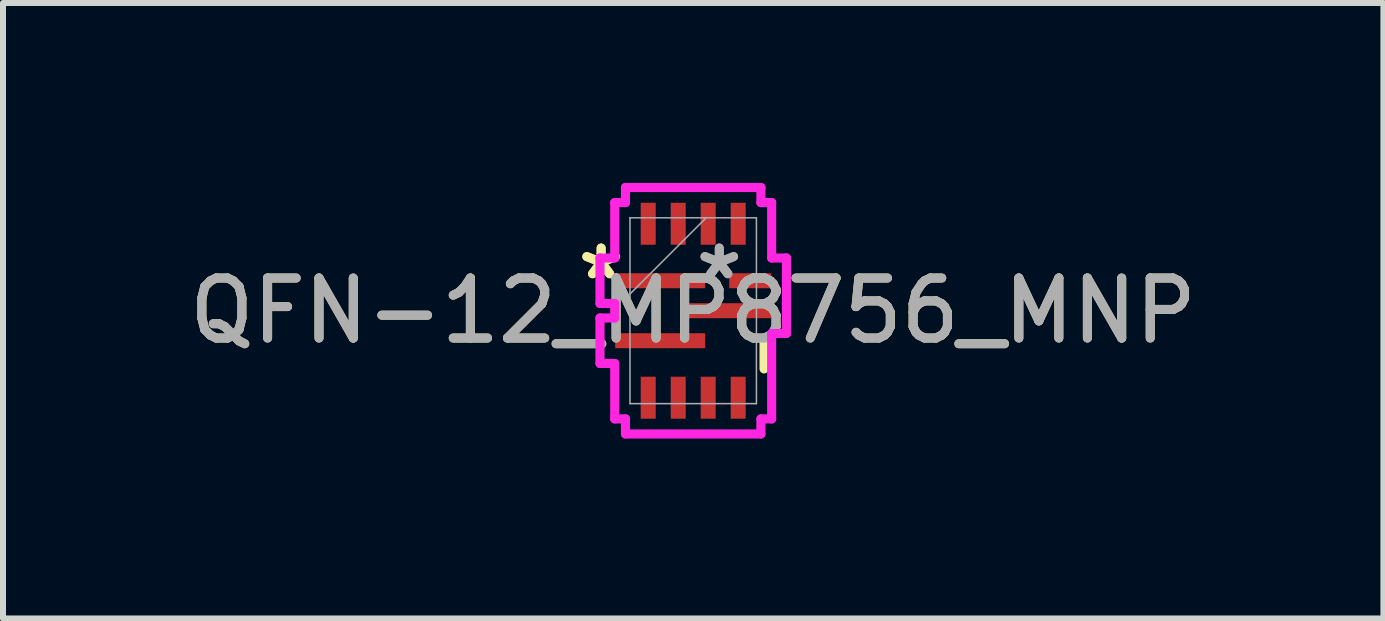
<source format=kicad_pcb>
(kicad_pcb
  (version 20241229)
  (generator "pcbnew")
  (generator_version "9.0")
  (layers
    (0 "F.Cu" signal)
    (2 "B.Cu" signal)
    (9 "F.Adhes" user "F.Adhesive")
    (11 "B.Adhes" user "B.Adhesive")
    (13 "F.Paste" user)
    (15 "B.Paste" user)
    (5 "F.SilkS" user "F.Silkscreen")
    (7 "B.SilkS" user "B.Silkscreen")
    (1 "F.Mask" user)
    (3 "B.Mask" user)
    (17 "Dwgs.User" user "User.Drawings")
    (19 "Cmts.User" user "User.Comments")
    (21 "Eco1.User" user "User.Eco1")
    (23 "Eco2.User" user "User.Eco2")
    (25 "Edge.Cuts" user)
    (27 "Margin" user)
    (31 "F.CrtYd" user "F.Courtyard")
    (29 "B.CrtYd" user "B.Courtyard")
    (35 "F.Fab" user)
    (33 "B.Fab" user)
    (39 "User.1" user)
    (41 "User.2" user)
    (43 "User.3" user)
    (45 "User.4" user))
  (footprint "QFN-12_MP8756_MNP"
    (layer "F.Cu")
    (at 8.506 2.13)
    (property "Reference" "QFN-12_MP8756_MNP" (at 0 0 0) (unlocked yes) (layer "F.SilkS") (effects (font (size 1 1) (thickness 0.15))))
    (attr smd)
    (fp_line (start 1.181 0.458) (end 1.181 0.97) (stroke (width 0.152) (type solid)) (layer "F.SilkS"))
    (fp_line (start -1.554 -0.879) (end -1.554 -0.121) (stroke (width 0.152) (type solid)) (layer "F.CrtYd"))
    (fp_line (start -1.554 -0.121) (end -1.308 -0.121) (stroke (width 0.152) (type solid)) (layer "F.CrtYd"))
    (fp_line (start -1.554 0.121) (end -1.554 0.879) (stroke (width 0.152) (type solid)) (layer "F.CrtYd"))
    (fp_line (start -1.554 0.879) (end -1.308 0.879) (stroke (width 0.152) (type solid)) (layer "F.CrtYd"))
    (fp_line (start -1.308 -1.803) (end -1.308 -0.879) (stroke (width 0.152) (type solid)) (layer "F.CrtYd"))
    (fp_line (start -1.308 -0.879) (end -1.554 -0.879) (stroke (width 0.152) (type solid)) (layer "F.CrtYd"))
    (fp_line (start -1.308 -0.121) (end -1.308 0.121) (stroke (width 0.152) (type solid)) (layer "F.CrtYd"))
    (fp_line (start -1.308 0.121) (end -1.554 0.121) (stroke (width 0.152) (type solid)) (layer "F.CrtYd"))
    (fp_line (start -1.308 0.879) (end -1.308 1.803) (stroke (width 0.152) (type solid)) (layer "F.CrtYd"))
    (fp_line (start -1.308 1.803) (end -1.129 1.803) (stroke (width 0.152) (type solid)) (layer "F.CrtYd"))
    (fp_line (start -1.129 -2.054) (end -1.129 -1.803) (stroke (width 0.152) (type solid)) (layer "F.CrtYd"))
    (fp_line (start -1.129 -1.803) (end -1.308 -1.803) (stroke (width 0.152) (type solid)) (layer "F.CrtYd"))
    (fp_line (start -1.129 1.803) (end -1.129 2.054) (stroke (width 0.152) (type solid)) (layer "F.CrtYd"))
    (fp_line (start -1.129 2.054) (end 1.129 2.054) (stroke (width 0.152) (type solid)) (layer "F.CrtYd"))
    (fp_line (start 1.129 -2.054) (end -1.129 -2.054) (stroke (width 0.152) (type solid)) (layer "F.CrtYd"))
    (fp_line (start 1.129 -1.803) (end 1.129 -2.054) (stroke (width 0.152) (type solid)) (layer "F.CrtYd"))
    (fp_line (start 1.129 1.803) (end 1.308 1.803) (stroke (width 0.152) (type solid)) (layer "F.CrtYd"))
    (fp_line (start 1.129 2.054) (end 1.129 1.803) (stroke (width 0.152) (type solid)) (layer "F.CrtYd"))
    (fp_line (start 1.308 -1.803) (end 1.129 -1.803) (stroke (width 0.152) (type solid)) (layer "F.CrtYd"))
    (fp_line (start 1.308 -0.879) (end 1.308 -1.803) (stroke (width 0.152) (type solid)) (layer "F.CrtYd"))
    (fp_line (start 1.308 0.379) (end 1.554 0.379) (stroke (width 0.152) (type solid)) (layer "F.CrtYd"))
    (fp_line (start 1.308 1.803) (end 1.308 0.379) (stroke (width 0.152) (type solid)) (layer "F.CrtYd"))
    (fp_line (start 1.554 -0.879) (end 1.308 -0.879) (stroke (width 0.152) (type solid)) (layer "F.CrtYd"))
    (fp_line (start 1.554 -0.121) (end 1.554 -0.879) (stroke (width 0.152) (type solid)) (layer "F.CrtYd"))
    (fp_line (start 1.554 -0.121) (end 1.554 -0.121) (stroke (width 0.152) (type solid)) (layer "F.CrtYd"))
    (fp_line (start 1.554 0.379) (end 1.554 -0.121) (stroke (width 0.152) (type solid)) (layer "F.CrtYd"))
    (fp_line (start -1.054 -1.549) (end -1.054 1.549) (stroke (width 0.025) (type solid)) (layer "F.Fab"))
    (fp_line (start -1.054 -0.279) (end 0.216 -1.549) (stroke (width 0.025) (type solid)) (layer "F.Fab"))
    (fp_line (start -1.054 1.549) (end 1.054 1.549) (stroke (width 0.025) (type solid)) (layer "F.Fab"))
    (fp_line (start 1.054 -1.549) (end -1.054 -1.549) (stroke (width 0.025) (type solid)) (layer "F.Fab"))
    (fp_line (start 1.054 1.549) (end 1.054 -1.549) (stroke (width 0.025) (type solid)) (layer "F.Fab"))
    (fp_text user "*" (at -1.535 -0.5 0) (layer "F.SilkS") (effects (font (size 1 1) (thickness 0.15))))
    (fp_text user "*" (at -1.535 -0.5 0) (unlocked yes) (layer "F.SilkS") (effects (font (size 1 1) (thickness 0.15))))
    (fp_text user "*" (at 0.435 -0.5 0) (layer "F.Fab") (effects (font (size 1 1) (thickness 0.15))))
    (fp_text user "${REFERENCE}" (at 0 0 0) (unlocked yes) (layer "F.Fab") (effects (font (size 1 1) (thickness 0.15))))
    (fp_text user "*" (at 0.435 -0.5 0) (unlocked yes) (layer "F.Fab") (effects (font (size 1 1) (thickness 0.15))))
    (pad "1" smd rect (at -0.55 -0.5) (size 1.5 0.25) (layers "F.Cu" "F.Mask" "F.Paste"))
    (pad "2" smd rect (at -0.55 0.5) (size 1.5 0.25) (layers "F.Cu" "F.Mask" "F.Paste"))
    (pad "3" smd rect (at -0.75 1.45 90) (size 0.7 0.25) (layers "F.Cu" "F.Mask" "F.Paste"))
    (pad "4" smd rect (at -0.25 1.45 90) (size 0.7 0.25) (layers "F.Cu" "F.Mask" "F.Paste"))
    (pad "5" smd rect (at 0.25 1.45 90) (size 0.7 0.25) (layers "F.Cu" "F.Mask" "F.Paste"))
    (pad "6" smd rect (at 0.75 1.45 90) (size 0.7 0.25) (layers "F.Cu" "F.Mask" "F.Paste"))
    (pad "7" smd rect (at 0.55 0) (size 1.5 0.25) (layers "F.Cu" "F.Mask" "F.Paste"))
    (pad "8" smd rect (at 0.95 -0.5) (size 0.7 0.25) (layers "F.Cu" "F.Mask" "F.Paste"))
    (pad "9" smd rect (at 0.75 -1.45 90) (size 0.7 0.25) (layers "F.Cu" "F.Mask" "F.Paste"))
    (pad "10" smd rect (at 0.25 -1.45 90) (size 0.7 0.25) (layers "F.Cu" "F.Mask" "F.Paste"))
    (pad "11" smd rect (at -0.25 -1.45 90) (size 0.7 0.25) (layers "F.Cu" "F.Mask" "F.Paste"))
    (pad "12" smd rect (at -0.75 -1.45 90) (size 0.7 0.25) (layers "F.Cu" "F.Mask" "F.Paste")))
  (gr_rect
    (start -3 -3)
    (end 20.012 7.26)
    (stroke (width 0.1) (type default))
    (fill no)
    (layer "Edge.Cuts")))
</source>
